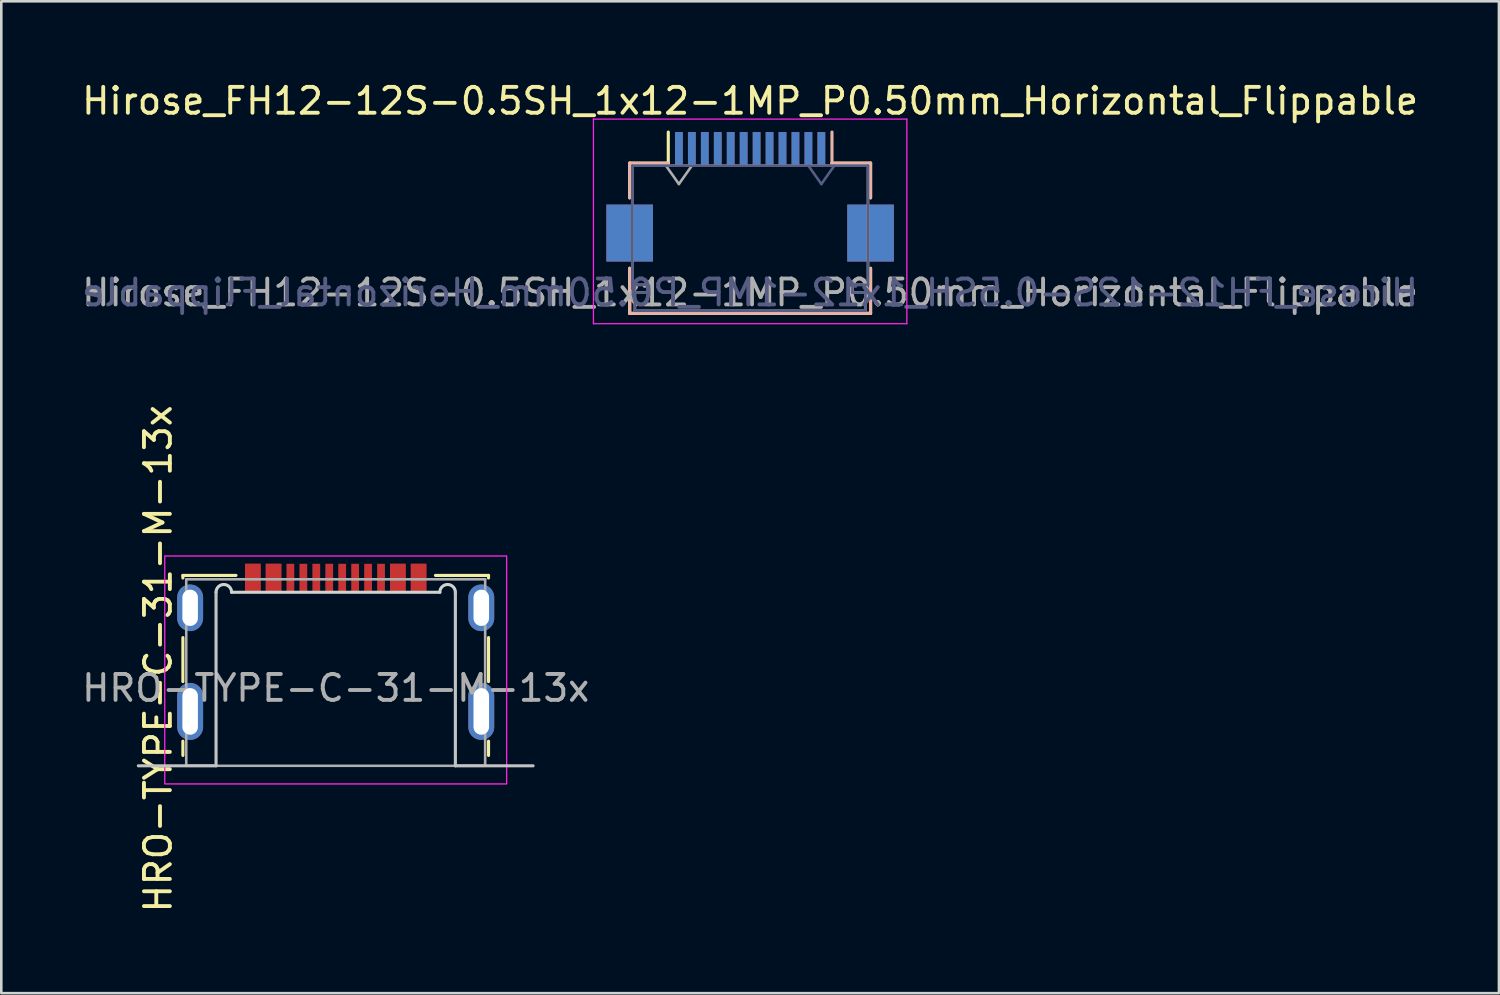
<source format=kicad_pcb>
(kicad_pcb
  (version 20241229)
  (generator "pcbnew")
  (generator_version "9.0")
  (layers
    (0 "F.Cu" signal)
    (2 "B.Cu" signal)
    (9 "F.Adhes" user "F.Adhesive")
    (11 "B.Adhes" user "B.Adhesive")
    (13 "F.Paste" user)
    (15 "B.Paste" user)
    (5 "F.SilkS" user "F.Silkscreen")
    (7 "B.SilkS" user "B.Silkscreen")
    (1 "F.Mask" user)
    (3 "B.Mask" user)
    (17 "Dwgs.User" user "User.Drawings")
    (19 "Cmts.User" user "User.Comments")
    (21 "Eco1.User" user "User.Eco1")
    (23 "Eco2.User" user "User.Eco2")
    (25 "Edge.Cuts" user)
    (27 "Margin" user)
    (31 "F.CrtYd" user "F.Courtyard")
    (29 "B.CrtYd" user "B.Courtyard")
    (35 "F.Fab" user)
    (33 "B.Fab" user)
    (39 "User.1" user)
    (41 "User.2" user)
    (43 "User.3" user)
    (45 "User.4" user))
  (footprint "Hirose_FH12-12S-0.5SH_1x12-1MP_P0.50mm_Horizontal_Flippable"
    (layer "F.Cu")
    (at 25.911 4.548)
    (property "Reference" "Hirose_FH12-12S-0.5SH_1x12-1MP_P0.50mm_Horizontal_Flippable" (at 0 -3.7 0) (layer "F.SilkS") (effects (font (size 1 1) (thickness 0.15))))
    (attr smd)
    (fp_line (start -4.65 -1.3) (end -4.65 0.04) (stroke (width 0.12) (type solid)) (layer "F.SilkS"))
    (fp_line (start -4.65 2.76) (end -4.65 4.5) (stroke (width 0.12) (type solid)) (layer "F.SilkS"))
    (fp_line (start -4.65 4.5) (end 4.65 4.5) (stroke (width 0.12) (type solid)) (layer "F.SilkS"))
    (fp_line (start -3.16 -1.3) (end -4.65 -1.3) (stroke (width 0.12) (type solid)) (layer "F.SilkS"))
    (fp_line (start -3.16 -1.3) (end -3.16 -2.5) (stroke (width 0.12) (type solid)) (layer "F.SilkS"))
    (fp_line (start 3.16 -1.3) (end 4.65 -1.3) (stroke (width 0.12) (type solid)) (layer "F.SilkS"))
    (fp_line (start 4.65 -1.3) (end 4.65 0.04) (stroke (width 0.12) (type solid)) (layer "F.SilkS"))
    (fp_line (start 4.65 4.5) (end 4.65 2.76) (stroke (width 0.12) (type solid)) (layer "F.SilkS"))
    (fp_line (start -4.65 -1.3) (end -4.65 0.04) (stroke (width 0.12) (type solid)) (layer "B.SilkS"))
    (fp_line (start -4.65 4.5) (end -4.65 2.76) (stroke (width 0.12) (type solid)) (layer "B.SilkS"))
    (fp_line (start -3.16 -1.3) (end -4.65 -1.3) (stroke (width 0.12) (type solid)) (layer "B.SilkS"))
    (fp_line (start 3.16 -1.3) (end 3.16 -2.5) (stroke (width 0.12) (type solid)) (layer "B.SilkS"))
    (fp_line (start 3.16 -1.3) (end 4.65 -1.3) (stroke (width 0.12) (type solid)) (layer "B.SilkS"))
    (fp_line (start 4.65 -1.3) (end 4.65 0.04) (stroke (width 0.12) (type solid)) (layer "B.SilkS"))
    (fp_line (start 4.65 2.76) (end 4.65 4.5) (stroke (width 0.12) (type solid)) (layer "B.SilkS"))
    (fp_line (start 4.65 4.5) (end -4.65 4.5) (stroke (width 0.12) (type solid)) (layer "B.SilkS"))
    (fp_line (start -6.05 -3) (end -6.05 4.9) (stroke (width 0.05) (type solid)) (layer "F.CrtYd"))
    (fp_line (start -6.05 4.9) (end 6.05 4.9) (stroke (width 0.05) (type solid)) (layer "F.CrtYd"))
    (fp_line (start 6.05 -3) (end -6.05 -3) (stroke (width 0.05) (type solid)) (layer "F.CrtYd"))
    (fp_line (start 6.05 4.9) (end 6.05 -3) (stroke (width 0.05) (type solid)) (layer "F.CrtYd"))
    (fp_line (start -4.55 -1.2) (end -4.55 3.4) (stroke (width 0.1) (type solid)) (layer "B.Fab"))
    (fp_line (start -4.55 3.4) (end -3.95 3.4) (stroke (width 0.1) (type solid)) (layer "B.Fab"))
    (fp_line (start -4.45 3.7) (end -4.45 4.4) (stroke (width 0.1) (type solid)) (layer "B.Fab"))
    (fp_line (start -4.45 4.4) (end 0 4.4) (stroke (width 0.1) (type solid)) (layer "B.Fab"))
    (fp_line (start -3.95 3.4) (end -3.95 3.7) (stroke (width 0.1) (type solid)) (layer "B.Fab"))
    (fp_line (start -3.95 3.7) (end -4.45 3.7) (stroke (width 0.1) (type solid)) (layer "B.Fab"))
    (fp_line (start 0 -1.2) (end -4.55 -1.2) (stroke (width 0.1) (type solid)) (layer "B.Fab"))
    (fp_line (start 0 -1.2) (end 4.55 -1.2) (stroke (width 0.1) (type solid)) (layer "B.Fab"))
    (fp_line (start 2.75 -0.493) (end 2.25 -1.2) (stroke (width 0.1) (type solid)) (layer "B.Fab"))
    (fp_line (start 3.25 -1.2) (end 2.75 -0.493) (stroke (width 0.1) (type solid)) (layer "B.Fab"))
    (fp_line (start 3.95 3.4) (end 3.95 3.7) (stroke (width 0.1) (type solid)) (layer "B.Fab"))
    (fp_line (start 3.95 3.7) (end 4.45 3.7) (stroke (width 0.1) (type solid)) (layer "B.Fab"))
    (fp_line (start 4.45 3.7) (end 4.45 4.4) (stroke (width 0.1) (type solid)) (layer "B.Fab"))
    (fp_line (start 4.45 4.4) (end 0 4.4) (stroke (width 0.1) (type solid)) (layer "B.Fab"))
    (fp_line (start 4.55 -1.2) (end 4.55 3.4) (stroke (width 0.1) (type solid)) (layer "B.Fab"))
    (fp_line (start 4.55 3.4) (end 3.95 3.4) (stroke (width 0.1) (type solid)) (layer "B.Fab"))
    (fp_line (start -4.55 -1.2) (end -4.55 3.4) (stroke (width 0.1) (type solid)) (layer "F.Fab"))
    (fp_line (start -4.55 3.4) (end -3.95 3.4) (stroke (width 0.1) (type solid)) (layer "F.Fab"))
    (fp_line (start -4.45 3.7) (end -4.45 4.4) (stroke (width 0.1) (type solid)) (layer "F.Fab"))
    (fp_line (start -4.45 4.4) (end 0 4.4) (stroke (width 0.1) (type solid)) (layer "F.Fab"))
    (fp_line (start -3.95 3.4) (end -3.95 3.7) (stroke (width 0.1) (type solid)) (layer "F.Fab"))
    (fp_line (start -3.95 3.7) (end -4.45 3.7) (stroke (width 0.1) (type solid)) (layer "F.Fab"))
    (fp_line (start -3.25 -1.2) (end -2.75 -0.493) (stroke (width 0.1) (type solid)) (layer "F.Fab"))
    (fp_line (start -2.75 -0.493) (end -2.25 -1.2) (stroke (width 0.1) (type solid)) (layer "F.Fab"))
    (fp_line (start 0 -1.2) (end -4.55 -1.2) (stroke (width 0.1) (type solid)) (layer "F.Fab"))
    (fp_line (start 0 -1.2) (end 4.55 -1.2) (stroke (width 0.1) (type solid)) (layer "F.Fab"))
    (fp_line (start 3.95 3.4) (end 3.95 3.7) (stroke (width 0.1) (type solid)) (layer "F.Fab"))
    (fp_line (start 3.95 3.7) (end 4.45 3.7) (stroke (width 0.1) (type solid)) (layer "F.Fab"))
    (fp_line (start 4.45 3.7) (end 4.45 4.4) (stroke (width 0.1) (type solid)) (layer "F.Fab"))
    (fp_line (start 4.45 4.4) (end 0 4.4) (stroke (width 0.1) (type solid)) (layer "F.Fab"))
    (fp_line (start 4.55 -1.2) (end 4.55 3.4) (stroke (width 0.1) (type solid)) (layer "F.Fab"))
    (fp_line (start 4.55 3.4) (end 3.95 3.4) (stroke (width 0.1) (type solid)) (layer "F.Fab"))
    (fp_text user "${REFERENCE}" (at 0 3.7 0) (layer "B.Fab") (effects (font (size 1 1) (thickness 0.15)) (justify mirror)))
    (fp_text user "${REFERENCE}" (at 0 3.7 0) (layer "F.Fab") (effects (font (size 1 1) (thickness 0.15))))
    (pad "1" smd rect (at -2.75 -1.85) (size 0.3 1.3) (layers "F.Cu" "F.Mask" "F.Paste"))
    (pad "1" smd rect (at 2.75 -1.85) (size 0.3 1.3) (layers "B.Cu" "B.Mask" "B.Paste"))
    (pad "2" smd rect (at -2.25 -1.85) (size 0.3 1.3) (layers "F.Cu" "F.Mask" "F.Paste"))
    (pad "2" smd rect (at 2.25 -1.85) (size 0.3 1.3) (layers "B.Cu" "B.Mask" "B.Paste"))
    (pad "3" smd rect (at -1.75 -1.85) (size 0.3 1.3) (layers "F.Cu" "F.Mask" "F.Paste"))
    (pad "3" smd rect (at 1.75 -1.85) (size 0.3 1.3) (layers "B.Cu" "B.Mask" "B.Paste"))
    (pad "4" smd rect (at -1.25 -1.85) (size 0.3 1.3) (layers "F.Cu" "F.Mask" "F.Paste"))
    (pad "4" smd rect (at 1.25 -1.85) (size 0.3 1.3) (layers "B.Cu" "B.Mask" "B.Paste"))
    (pad "5" smd rect (at -0.75 -1.85) (size 0.3 1.3) (layers "F.Cu" "F.Mask" "F.Paste"))
    (pad "5" smd rect (at 0.75 -1.85) (size 0.3 1.3) (layers "B.Cu" "B.Mask" "B.Paste"))
    (pad "6" smd rect (at -0.25 -1.85) (size 0.3 1.3) (layers "F.Cu" "F.Mask" "F.Paste"))
    (pad "6" smd rect (at 0.25 -1.85) (size 0.3 1.3) (layers "B.Cu" "B.Mask" "B.Paste"))
    (pad "7" smd rect (at -0.25 -1.85) (size 0.3 1.3) (layers "B.Cu" "B.Mask" "B.Paste"))
    (pad "7" smd rect (at 0.25 -1.85) (size 0.3 1.3) (layers "F.Cu" "F.Mask" "F.Paste"))
    (pad "8" smd rect (at -0.75 -1.85) (size 0.3 1.3) (layers "B.Cu" "B.Mask" "B.Paste"))
    (pad "8" smd rect (at 0.75 -1.85) (size 0.3 1.3) (layers "F.Cu" "F.Mask" "F.Paste"))
    (pad "9" smd rect (at -1.25 -1.85) (size 0.3 1.3) (layers "B.Cu" "B.Mask" "B.Paste"))
    (pad "9" smd rect (at 1.25 -1.85) (size 0.3 1.3) (layers "F.Cu" "F.Mask" "F.Paste"))
    (pad "10" smd rect (at -1.75 -1.85) (size 0.3 1.3) (layers "B.Cu" "B.Mask" "B.Paste"))
    (pad "10" smd rect (at 1.75 -1.85) (size 0.3 1.3) (layers "F.Cu" "F.Mask" "F.Paste"))
    (pad "11" smd rect (at -2.25 -1.85) (size 0.3 1.3) (layers "B.Cu" "B.Mask" "B.Paste"))
    (pad "11" smd rect (at 2.25 -1.85) (size 0.3 1.3) (layers "F.Cu" "F.Mask" "F.Paste"))
    (pad "12" smd rect (at -2.75 -1.85) (size 0.3 1.3) (layers "B.Cu" "B.Mask" "B.Paste"))
    (pad "12" smd rect (at 2.75 -1.85) (size 0.3 1.3) (layers "F.Cu" "F.Mask" "F.Paste"))
    (pad "MP" smd rect (at -4.65 1.4) (size 1.8 2.2) (layers "F.Cu" "F.Mask" "F.Paste"))
    (pad "MP" smd rect (at -4.65 1.4) (size 1.8 2.2) (layers "B.Cu" "B.Mask" "B.Paste"))
    (pad "MP" smd rect (at 4.65 1.4) (size 1.8 2.2) (layers "F.Cu" "F.Mask" "F.Paste"))
    (pad "MP" smd rect (at 4.65 1.4) (size 1.8 2.2) (layers "B.Cu" "B.Mask" "B.Paste")))
  (footprint "HRO-TYPE-C-31-M-13x"
    (layer "F.Cu")
    (at 9.911 26.516)
    (property "Reference" "HRO-TYPE-C-31-M-13x" (at -6.858 -4.132 90) (unlocked yes) (layer "F.SilkS") (effects (font (size 1 1) (thickness 0.15))))
    (attr smd)
    (fp_line (start -5.9 -7.35) (end -5.9 -7.25) (stroke (width 0.12) (type solid)) (layer "F.SilkS"))
    (fp_line (start -5.9 -4.95) (end -5.9 -3.25) (stroke (width 0.12) (type solid)) (layer "F.SilkS"))
    (fp_line (start -5.9 -0.95) (end -5.9 -0.4) (stroke (width 0.12) (type solid)) (layer "F.SilkS"))
    (fp_line (start -3.85 -7.35) (end -5.9 -7.35) (stroke (width 0.12) (type solid)) (layer "F.SilkS"))
    (fp_line (start 5.9 -7.35) (end 3.85 -7.35) (stroke (width 0.12) (type solid)) (layer "F.SilkS"))
    (fp_line (start 5.9 -7.35) (end 5.9 -7.25) (stroke (width 0.12) (type solid)) (layer "F.SilkS"))
    (fp_line (start 5.9 -4.95) (end 5.9 -3.25) (stroke (width 0.12) (type solid)) (layer "F.SilkS"))
    (fp_line (start 5.9 -0.95) (end 5.9 -0.4) (stroke (width 0.12) (type solid)) (layer "F.SilkS"))
    (fp_line (start -7.62 0) (end -4.62 0) (stroke (width 0.12) (type solid)) (layer "Dwgs.User"))
    (fp_line (start -4.62 0) (end -4.62 -6.7) (stroke (width 0.12) (type solid)) (layer "Dwgs.User"))
    (fp_line (start 4.62 -6.7) (end 4.62 0) (stroke (width 0.12) (type solid)) (layer "Dwgs.User"))
    (fp_line (start 4.62 0) (end 7.62 0) (stroke (width 0.12) (type solid)) (layer "Dwgs.User"))
    (fp_line (start -4.02 -6.7) (end 4.02 -6.7) (stroke (width 0.12) (type solid)) (layer "Edge.Cuts"))
    (fp_arc (start -4.62 -6.7) (mid -4.32 -7) (end -4.02 -6.7) (stroke (width 0.12) (type solid)) (layer "Edge.Cuts"))
    (fp_arc (start 4.02 -6.7) (mid 4.32 -7) (end 4.62 -6.7) (stroke (width 0.12) (type solid)) (layer "Edge.Cuts"))
    (fp_rect (start -6.6 -8.1) (end 6.6 0.7) (stroke (width 0.05) (type solid)) (fill no) (layer "F.CrtYd"))
    (fp_line (start -5.77 -7.2) (end -5.77 0) (stroke (width 0.1) (type solid)) (layer "F.Fab"))
    (fp_line (start -5.77 0) (end 5.77 0) (stroke (width 0.1) (type solid)) (layer "F.Fab"))
    (fp_line (start 5.77 -7.2) (end -5.77 -7.2) (stroke (width 0.1) (type solid)) (layer "F.Fab"))
    (fp_line (start 5.77 0) (end 5.77 -7.2) (stroke (width 0.1) (type solid)) (layer "F.Fab"))
    (fp_text user "${REFERENCE}" (at 0 -3 0) (unlocked yes) (layer "F.Fab") (effects (font (size 1 1) (thickness 0.15))))
    (pad "A1" smd rect (at -3.2 -7.25) (size 0.6 1.1) (layers "F.Cu" "F.Mask" "F.Paste"))
    (pad "A4" smd rect (at -2.4 -7.25) (size 0.6 1.1) (layers "F.Cu" "F.Mask" "F.Paste"))
    (pad "A5" smd rect (at -1.25 -7.25) (size 0.3 1.1) (layers "F.Cu" "F.Mask" "F.Paste"))
    (pad "A6" smd rect (at -0.25 -7.25) (size 0.3 1.1) (layers "F.Cu" "F.Mask" "F.Paste"))
    (pad "A7" smd rect (at 0.25 -7.25) (size 0.3 1.1) (layers "F.Cu" "F.Mask" "F.Paste"))
    (pad "A8" smd rect (at 1.25 -7.25) (size 0.3 1.1) (layers "F.Cu" "F.Mask" "F.Paste"))
    (pad "A9" smd rect (at 2.4 -7.25) (size 0.6 1.1) (layers "F.Cu" "F.Mask" "F.Paste"))
    (pad "A12" smd rect (at 3.2 -7.25) (size 0.6 1.1) (layers "F.Cu" "F.Mask" "F.Paste"))
    (pad "B1" smd rect (at 3.2 -7.25) (size 0.6 1.1) (layers "F.Cu" "F.Mask" "F.Paste"))
    (pad "B4" smd rect (at 2.4 -7.25) (size 0.6 1.1) (layers "F.Cu" "F.Mask" "F.Paste"))
    (pad "B5" smd rect (at 1.75 -7.25) (size 0.3 1.1) (layers "F.Cu" "F.Mask" "F.Paste"))
    (pad "B6" smd rect (at 0.75 -7.25) (size 0.3 1.1) (layers "F.Cu" "F.Mask" "F.Paste"))
    (pad "B7" smd rect (at -0.75 -7.25) (size 0.3 1.1) (layers "F.Cu" "F.Mask" "F.Paste"))
    (pad "B8" smd rect (at -1.75 -7.25) (size 0.3 1.1) (layers "F.Cu" "F.Mask" "F.Paste"))
    (pad "B9" smd rect (at -2.4 -7.25) (size 0.6 1.1) (layers "F.Cu" "F.Mask" "F.Paste"))
    (pad "B12" smd rect (at -3.2 -7.25) (size 0.6 1.1) (layers "F.Cu" "F.Mask" "F.Paste"))
    (pad "S1" thru_hole oval (at -5.62 -6.1) (size 1 1.8) (drill oval 0.6 1.4) (layers "*.Cu" "*.Mask"))
    (pad "S1" thru_hole oval (at -5.62 -2.1) (size 1 2.2) (drill oval 0.6 1.8) (layers "*.Cu" "*.Mask"))
    (pad "S1" thru_hole oval (at 5.62 -6.1) (size 1 1.8) (drill oval 0.6 1.4) (layers "*.Cu" "*.Mask"))
    (pad "S1" thru_hole oval (at 5.62 -2.1) (size 1 2.2) (drill oval 0.6 1.8) (layers "*.Cu" "*.Mask")))
  (gr_rect
    (start -3 -3)
    (end 54.821 35.295)
    (stroke (width 0.1) (type default))
    (fill no)
    (layer "Edge.Cuts")))
</source>
